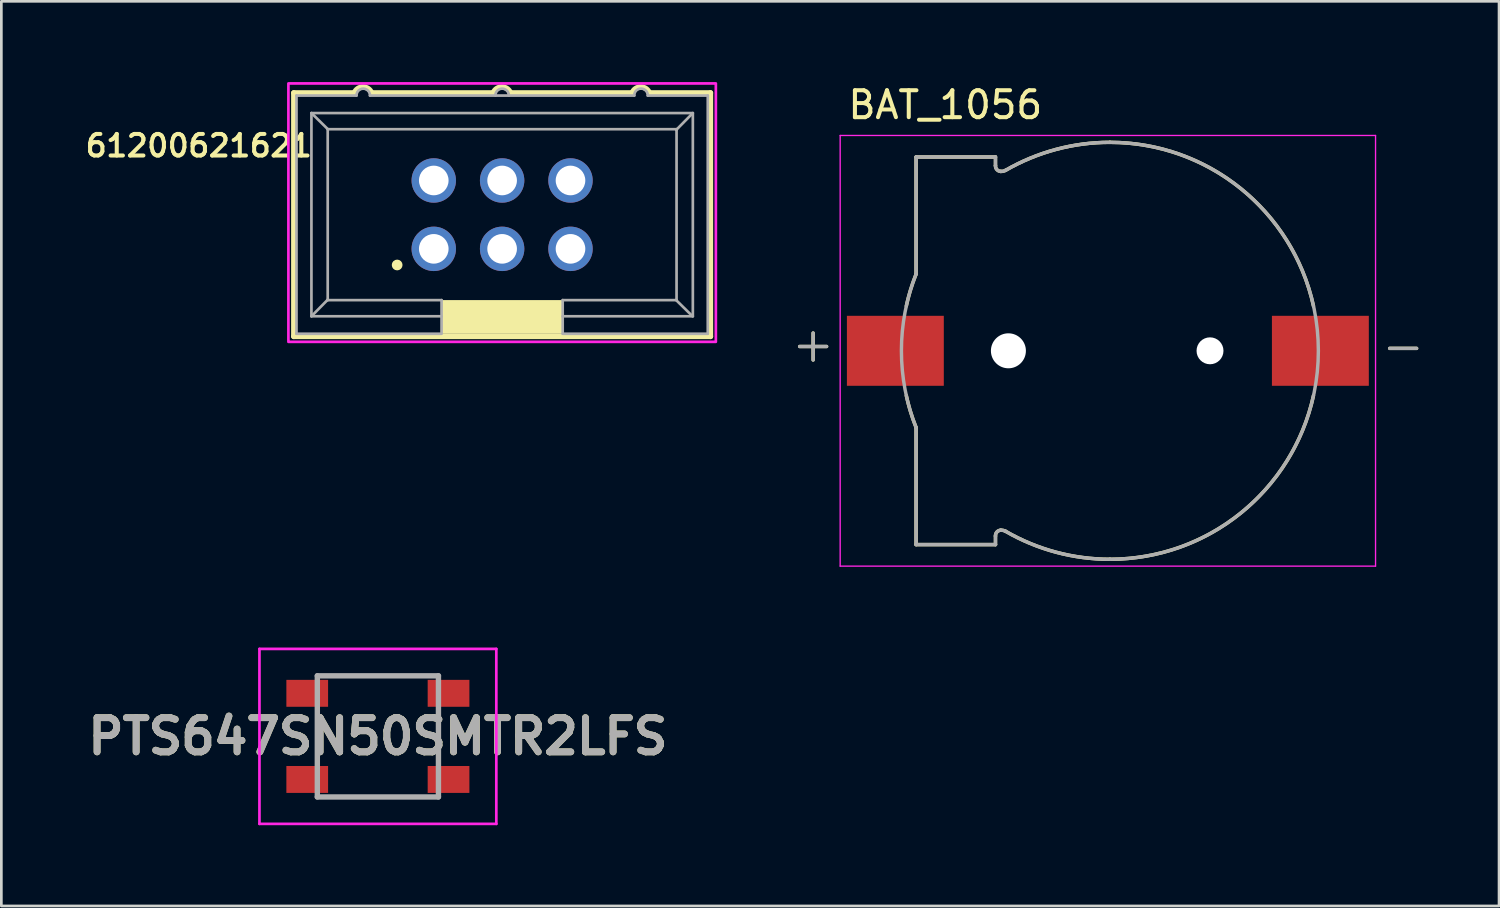
<source format=kicad_pcb>
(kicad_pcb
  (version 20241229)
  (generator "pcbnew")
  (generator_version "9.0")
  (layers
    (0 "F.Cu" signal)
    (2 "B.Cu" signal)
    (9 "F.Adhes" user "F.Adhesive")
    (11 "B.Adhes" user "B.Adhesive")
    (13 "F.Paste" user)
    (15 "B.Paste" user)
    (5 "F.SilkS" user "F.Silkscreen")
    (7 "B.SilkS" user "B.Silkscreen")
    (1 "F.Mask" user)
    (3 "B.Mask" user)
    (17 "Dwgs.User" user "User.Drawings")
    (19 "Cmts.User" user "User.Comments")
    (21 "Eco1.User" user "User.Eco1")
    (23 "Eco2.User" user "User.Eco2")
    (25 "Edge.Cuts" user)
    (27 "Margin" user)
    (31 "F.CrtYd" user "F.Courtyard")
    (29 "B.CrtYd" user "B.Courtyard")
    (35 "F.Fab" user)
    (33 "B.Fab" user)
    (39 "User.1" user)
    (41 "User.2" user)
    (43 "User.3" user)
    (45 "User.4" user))
  (footprint "PTS647SN50SMTR2LFS"
    (layer "F.Cu")
    (at 10.989 24.308)
    (property "Reference" "PTS647SN50SMTR2LFS" (at 0 0 0) (layer "F.SilkS") (effects (font (size 1.27 1.27) (thickness 0.254))))
    (attr smd)
    (fp_line (start -2.25 0.5) (end -2.25 -0.5) (stroke (width 0.1) (type solid)) (layer "F.SilkS"))
    (fp_line (start -1.5 -2.25) (end 1.5 -2.25) (stroke (width 0.1) (type solid)) (layer "F.SilkS"))
    (fp_line (start -1.5 2.25) (end 1.5 2.25) (stroke (width 0.1) (type solid)) (layer "F.SilkS"))
    (fp_line (start 2.25 0.5) (end 2.25 -0.5) (stroke (width 0.1) (type solid)) (layer "F.SilkS"))
    (fp_line (start -4.4 -3.25) (end 4.4 -3.25) (stroke (width 0.1) (type solid)) (layer "F.CrtYd"))
    (fp_line (start -4.4 3.25) (end -4.4 -3.25) (stroke (width 0.1) (type solid)) (layer "F.CrtYd"))
    (fp_line (start 4.4 -3.25) (end 4.4 3.25) (stroke (width 0.1) (type solid)) (layer "F.CrtYd"))
    (fp_line (start 4.4 3.25) (end -4.4 3.25) (stroke (width 0.1) (type solid)) (layer "F.CrtYd"))
    (fp_line (start -2.25 -2.25) (end 2.25 -2.25) (stroke (width 0.2) (type solid)) (layer "F.Fab"))
    (fp_line (start -2.25 2.25) (end -2.25 -2.25) (stroke (width 0.2) (type solid)) (layer "F.Fab"))
    (fp_line (start 2.25 -2.25) (end 2.25 2.25) (stroke (width 0.2) (type solid)) (layer "F.Fab"))
    (fp_line (start 2.25 2.25) (end -2.25 2.25) (stroke (width 0.2) (type solid)) (layer "F.Fab"))
    (fp_text user "${REFERENCE}" (at 0 0 0) (layer "F.Fab") (effects (font (size 1.27 1.27) (thickness 0.254))))
    (pad "1" smd rect (at -2.625 1.6 90) (size 1 1.55) (layers "F.Cu" "F.Mask" "F.Paste"))
    (pad "2" smd rect (at 2.625 1.6 90) (size 1 1.55) (layers "F.Cu" "F.Mask" "F.Paste"))
    (pad "3" smd rect (at 2.625 -1.6 90) (size 1 1.55) (layers "F.Cu" "F.Mask" "F.Paste"))
    (pad "4" smd rect (at -2.625 -1.6 90) (size 1 1.55) (layers "F.Cu" "F.Mask" "F.Paste")))
  (footprint "61200621621"
    (layer "F.Cu")
    (at 15.605 4.925)
    (property "Reference" "61200621621" (at -11.27 -2.561 0) (layer "F.SilkS") (effects (font (size 0.8 0.8) (thickness 0.15))))
    (attr through_hole)
    (fp_line (start -7.74 -4.525) (end -7.74 4.525) (stroke (width 0.2) (type solid)) (layer "F.SilkS"))
    (fp_line (start -7.74 4.525) (end 7.74 4.525) (stroke (width 0.2) (type solid)) (layer "F.SilkS"))
    (fp_line (start -5.49 -4.525) (end -7.74 -4.525) (stroke (width 0.2) (type solid)) (layer "F.SilkS"))
    (fp_line (start -0.33 -4.525) (end -4.85 -4.525) (stroke (width 0.2) (type solid)) (layer "F.SilkS"))
    (fp_line (start 4.83 -4.525) (end 0.31 -4.525) (stroke (width 0.2) (type solid)) (layer "F.SilkS"))
    (fp_line (start 5.47 -4.525) (end 7.74 -4.525) (stroke (width 0.2) (type solid)) (layer "F.SilkS"))
    (fp_line (start 7.74 4.525) (end 7.74 -4.525) (stroke (width 0.2) (type solid)) (layer "F.SilkS"))
    (fp_arc (start -5.49 -4.525) (mid -5.17 -4.743547) (end -4.85 -4.525) (stroke (width 0.2) (type solid)) (layer "F.SilkS"))
    (fp_arc (start -0.33 -4.525) (mid -0.01 -4.743547) (end 0.31 -4.525) (stroke (width 0.2) (type solid)) (layer "F.SilkS"))
    (fp_arc (start 4.83 -4.525) (mid 5.15 -4.743547) (end 5.47 -4.525) (stroke (width 0.2) (type solid)) (layer "F.SilkS"))
    (fp_circle (center -3.9 1.87) (end -3.8 1.87) (stroke (width 0.2) (type solid)) (fill no) (layer "F.SilkS"))
    (fp_poly (pts (xy -2.25 3.175) (xy 2.25 3.175) (xy 2.25 4.425) (xy -2.25 4.425)) (stroke (width 0.01) (type solid)) (fill yes) (layer "F.SilkS"))
    (fp_poly (pts (xy -7.94 -4.875) (xy 7.94 -4.875) (xy 7.94 4.725) (xy -7.94 4.725)) (stroke (width 0.1) (type solid)) (fill no) (layer "F.CrtYd"))
    (fp_line (start -7.64 -4.425) (end -5.41 -4.425) (stroke (width 0.1) (type solid)) (layer "F.Fab"))
    (fp_line (start -7.64 4.425) (end -7.64 -4.425) (stroke (width 0.1) (type solid)) (layer "F.Fab"))
    (fp_line (start -7.085 -3.775) (end 7.085 -3.775) (stroke (width 0.1) (type solid)) (layer "F.Fab"))
    (fp_line (start -7.085 3.775) (end -7.085 -3.775) (stroke (width 0.1) (type solid)) (layer "F.Fab"))
    (fp_line (start -6.48 -3.175) (end 6.48 -3.175) (stroke (width 0.1) (type solid)) (layer "F.Fab"))
    (fp_line (start -6.48 3.16) (end -7.08 3.77) (stroke (width 0.1) (type solid)) (layer "F.Fab"))
    (fp_line (start -6.48 3.16) (end -6.48 -3.175) (stroke (width 0.1) (type solid)) (layer "F.Fab"))
    (fp_line (start -6.48 3.175) (end -6.48 3.16) (stroke (width 0.1) (type solid)) (layer "F.Fab"))
    (fp_line (start -6.47 -3.17) (end -7.08 -3.77) (stroke (width 0.1) (type solid)) (layer "F.Fab"))
    (fp_line (start -4.91 -4.425) (end 4.91 -4.425) (stroke (width 0.1) (type solid)) (layer "F.Fab"))
    (fp_line (start -2.25 3.175) (end -6.48 3.175) (stroke (width 0.1) (type solid)) (layer "F.Fab"))
    (fp_line (start -2.25 3.175) (end -2.25 3.775) (stroke (width 0.1) (type solid)) (layer "F.Fab"))
    (fp_line (start -2.25 3.775) (end -7.085 3.775) (stroke (width 0.1) (type solid)) (layer "F.Fab"))
    (fp_line (start -2.25 3.795) (end -2.25 4.395) (stroke (width 0.1) (type solid)) (layer "F.Fab"))
    (fp_line (start -2.25 4.425) (end -7.64 4.425) (stroke (width 0.1) (type solid)) (layer "F.Fab"))
    (fp_line (start 2.25 3.175) (end 2.25 3.775) (stroke (width 0.1) (type solid)) (layer "F.Fab"))
    (fp_line (start 2.25 3.815) (end 2.25 4.415) (stroke (width 0.1) (type solid)) (layer "F.Fab"))
    (fp_line (start 5.41 -4.425) (end 7.64 -4.425) (stroke (width 0.1) (type solid)) (layer "F.Fab"))
    (fp_line (start 6.46 3.17) (end 7.07 3.77) (stroke (width 0.1) (type solid)) (layer "F.Fab"))
    (fp_line (start 6.47 -3.15) (end 7.07 -3.76) (stroke (width 0.1) (type solid)) (layer "F.Fab"))
    (fp_line (start 6.48 -3.175) (end 6.48 3.175) (stroke (width 0.1) (type solid)) (layer "F.Fab"))
    (fp_line (start 6.48 3.175) (end 2.25 3.175) (stroke (width 0.1) (type solid)) (layer "F.Fab"))
    (fp_line (start 7.085 -3.775) (end 7.085 3.775) (stroke (width 0.1) (type solid)) (layer "F.Fab"))
    (fp_line (start 7.085 3.775) (end 2.25 3.775) (stroke (width 0.1) (type solid)) (layer "F.Fab"))
    (fp_line (start 7.64 -4.425) (end 7.64 4.425) (stroke (width 0.1) (type solid)) (layer "F.Fab"))
    (fp_line (start 7.64 4.425) (end 2.25 4.425) (stroke (width 0.1) (type solid)) (layer "F.Fab"))
    (fp_arc (start -5.41 -4.425) (mid -5.16 -4.680051) (end -4.91 -4.425) (stroke (width 0.1) (type solid)) (layer "F.Fab"))
    (fp_arc (start -0.25 -4.425) (mid 0 -4.680051) (end 0.25 -4.425) (stroke (width 0.1) (type solid)) (layer "F.Fab"))
    (fp_arc (start 4.91 -4.425) (mid 5.16 -4.685195) (end 5.41 -4.425) (stroke (width 0.1) (type solid)) (layer "F.Fab"))
    (pad "1" thru_hole circle (at -2.54 1.27) (size 1.65 1.65) (drill 1.1) (layers "*.Cu" "*.Mask"))
    (pad "2" thru_hole circle (at -2.54 -1.27) (size 1.65 1.65) (drill 1.1) (layers "*.Cu" "*.Mask"))
    (pad "3" thru_hole circle (at 0 1.27) (size 1.65 1.65) (drill 1.1) (layers "*.Cu" "*.Mask"))
    (pad "4" thru_hole circle (at 0 -1.27) (size 1.65 1.65) (drill 1.1) (layers "*.Cu" "*.Mask"))
    (pad "5" thru_hole circle (at 2.54 1.27) (size 1.65 1.65) (drill 1.1) (layers "*.Cu" "*.Mask"))
    (pad "6" thru_hole circle (at 2.54 -1.27) (size 1.65 1.65) (drill 1.1) (layers "*.Cu" "*.Mask")))
  (footprint "BAT_1056"
    (layer "F.Cu")
    (at 38.394 9.983)
    (property "Reference" "BAT_1056" (at -6.325 -9.135 0) (layer "F.SilkS") (effects (font (size 1 1) (thickness 0.15))))
    (attr smd)
    (fp_line (start -11.735 -0.16) (end -10.735 -0.16) (stroke (width 0.127) (type solid)) (layer "F.SilkS"))
    (fp_line (start -11.235 -0.66) (end -11.235 0.34) (stroke (width 0.127) (type solid)) (layer "F.SilkS"))
    (fp_line (start -7.41 -7.2) (end -4.46 -7.2) (stroke (width 0.127) (type solid)) (layer "F.SilkS"))
    (fp_line (start -7.41 -2.85) (end -7.41 -7.2) (stroke (width 0.127) (type solid)) (layer "F.SilkS"))
    (fp_line (start -7.41 2.85) (end -7.41 7.2) (stroke (width 0.127) (type solid)) (layer "F.SilkS"))
    (fp_line (start -7.41 7.2) (end -4.46 7.2) (stroke (width 0.127) (type solid)) (layer "F.SilkS"))
    (fp_line (start -4.46 -7.2) (end -4.46 -6.88) (stroke (width 0.127) (type solid)) (layer "F.SilkS"))
    (fp_line (start -4.46 7.2) (end -4.46 6.88) (stroke (width 0.127) (type solid)) (layer "F.SilkS"))
    (fp_line (start 10.185 -0.09) (end 11.185 -0.09) (stroke (width 0.127) (type solid)) (layer "F.SilkS"))
    (fp_arc (start -7.773 -1.664) (mid -7.616196 -2.264559) (end -7.41 -2.85) (stroke (width 0.127) (type solid)) (layer "F.SilkS"))
    (fp_arc (start -7.41 2.85) (mid -7.616196 2.264559) (end -7.773 1.664) (stroke (width 0.127) (type solid)) (layer "F.SilkS"))
    (fp_arc (start -4.460001 6.88) (mid -4.40703 6.732113) (end -4.265 6.665) (stroke (width 0.127) (type solid)) (layer "F.SilkS"))
    (fp_arc (start -4.265 -6.665) (mid -4.407028 -6.732114) (end -4.46 -6.88) (stroke (width 0.127) (type solid)) (layer "F.SilkS"))
    (fp_arc (start -4.265 6.665) (mid -4.17231 6.672896) (end -4.085 6.705) (stroke (width 0.127) (type solid)) (layer "F.SilkS"))
    (fp_arc (start -4.085 -6.705) (mid -4.17231 -6.672896) (end -4.265 -6.665) (stroke (width 0.127) (type solid)) (layer "F.SilkS"))
    (fp_arc (start -4.085 -6.705) (mid -2.216137 -7.480737) (end -0.21 -7.745) (stroke (width 0.127) (type solid)) (layer "F.SilkS"))
    (fp_arc (start -0.21 -7.745) (mid 4.642358 -6.036609) (end 7.354 -1.664999) (stroke (width 0.127) (type solid)) (layer "F.SilkS"))
    (fp_arc (start -0.21 7.745) (mid -2.216137 7.480737) (end -4.085 6.705) (stroke (width 0.127) (type solid)) (layer "F.SilkS"))
    (fp_arc (start 7.354 1.664999) (mid 4.642358 6.036609) (end -0.21 7.745) (stroke (width 0.127) (type solid)) (layer "F.SilkS"))
    (fp_line (start -10.23 -8) (end 9.66 -8) (stroke (width 0.05) (type solid)) (layer "F.CrtYd"))
    (fp_line (start -10.23 8) (end -10.23 -8) (stroke (width 0.05) (type solid)) (layer "F.CrtYd"))
    (fp_line (start 9.66 -8) (end 9.66 8) (stroke (width 0.05) (type solid)) (layer "F.CrtYd"))
    (fp_line (start 9.66 8) (end -10.23 8) (stroke (width 0.05) (type solid)) (layer "F.CrtYd"))
    (fp_line (start -11.735 -0.16) (end -10.735 -0.16) (stroke (width 0.127) (type solid)) (layer "F.Fab"))
    (fp_line (start -11.235 -0.66) (end -11.235 0.34) (stroke (width 0.127) (type solid)) (layer "F.Fab"))
    (fp_line (start -7.41 -7.2) (end -7.41 -2.85) (stroke (width 0.127) (type solid)) (layer "F.Fab"))
    (fp_line (start -7.41 -7.2) (end -4.46 -7.2) (stroke (width 0.127) (type solid)) (layer "F.Fab"))
    (fp_line (start -7.41 2.85) (end -7.41 7.2) (stroke (width 0.127) (type solid)) (layer "F.Fab"))
    (fp_line (start -7.41 7.2) (end -4.46 7.2) (stroke (width 0.127) (type solid)) (layer "F.Fab"))
    (fp_line (start -4.46 -7.2) (end -4.46 -6.88) (stroke (width 0.127) (type solid)) (layer "F.Fab"))
    (fp_line (start -4.46 7.2) (end -4.46 6.88) (stroke (width 0.127) (type solid)) (layer "F.Fab"))
    (fp_line (start 10.185 -0.09) (end 11.185 -0.09) (stroke (width 0.127) (type solid)) (layer "F.Fab"))
    (fp_arc (start -7.41 2.85) (mid -7.955059 0) (end -7.41 -2.85) (stroke (width 0.127) (type solid)) (layer "F.Fab"))
    (fp_arc (start -4.460001 6.88) (mid -4.40703 6.732113) (end -4.265 6.665) (stroke (width 0.127) (type solid)) (layer "F.Fab"))
    (fp_arc (start -4.265 -6.665) (mid -4.407028 -6.732114) (end -4.46 -6.88) (stroke (width 0.127) (type solid)) (layer "F.Fab"))
    (fp_arc (start -4.265 6.665) (mid -4.17231 6.672896) (end -4.085 6.705) (stroke (width 0.127) (type solid)) (layer "F.Fab"))
    (fp_arc (start -4.085 -6.705) (mid -4.17231 -6.672896) (end -4.265 -6.665) (stroke (width 0.127) (type solid)) (layer "F.Fab"))
    (fp_arc (start -4.085 -6.705) (mid -2.216137 -7.480737) (end -0.21 -7.745) (stroke (width 0.127) (type solid)) (layer "F.Fab"))
    (fp_arc (start -0.21 -7.745) (mid 7.535 0) (end -0.21 7.745) (stroke (width 0.127) (type solid)) (layer "F.Fab"))
    (fp_arc (start -0.21 7.745) (mid -2.216137 7.480737) (end -4.085 6.705) (stroke (width 0.127) (type solid)) (layer "F.Fab"))
    (pad "" np_thru_hole circle (at -3.98 0) (size 1.3 1.3) (drill 1.3) (layers "*.Cu" "*.Mask"))
    (pad "" np_thru_hole circle (at 3.51 0) (size 1 1) (drill 1) (layers "*.Cu" "*.Mask"))
    (pad "N" smd rect (at 7.61 0) (size 3.6 2.6) (layers "F.Cu" "F.Mask" "F.Paste"))
    (pad "P" smd rect (at -8.18 0) (size 3.6 2.6) (layers "F.Cu" "F.Mask" "F.Paste")))
  (gr_rect
    (start -3 -3)
    (end 52.642 30.608)
    (stroke (width 0.1) (type default))
    (fill no)
    (layer "Edge.Cuts")))
</source>
